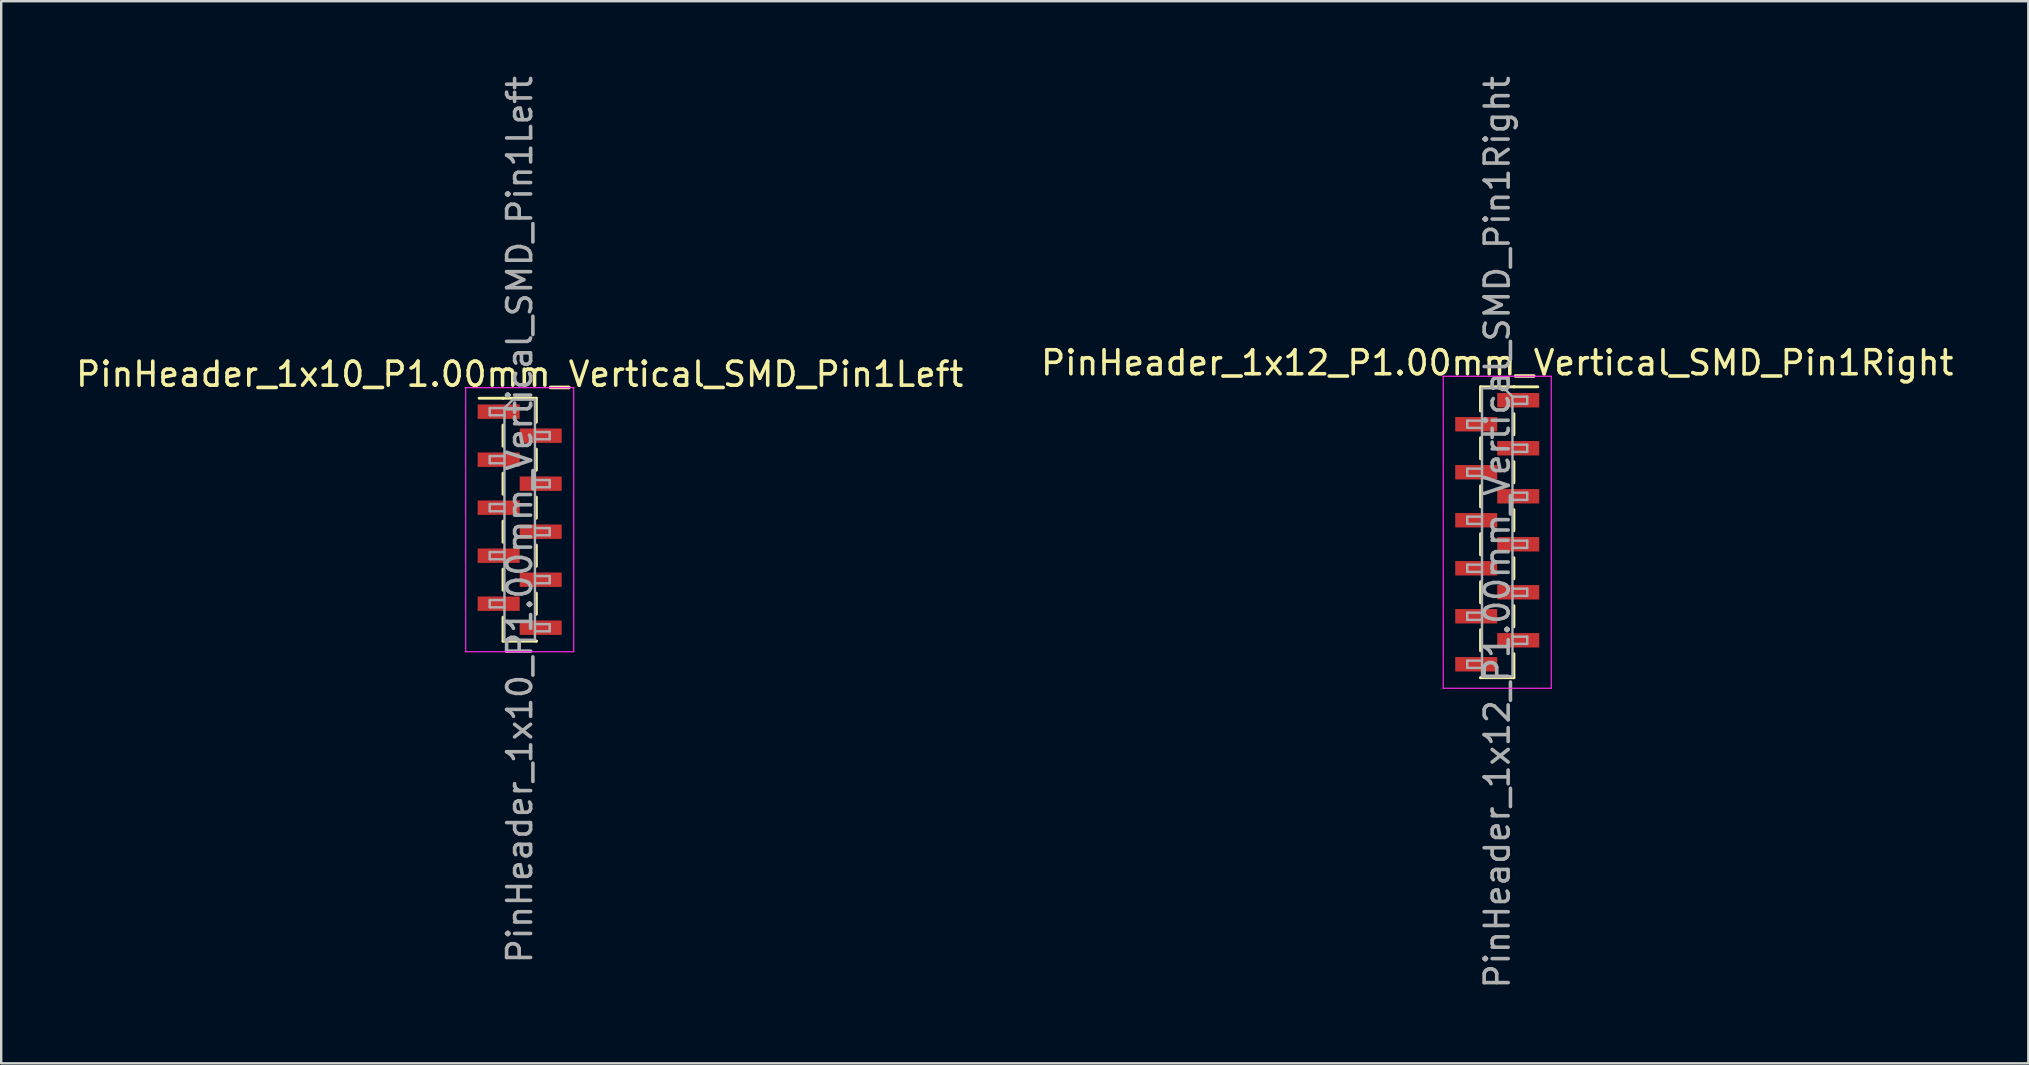
<source format=kicad_pcb>
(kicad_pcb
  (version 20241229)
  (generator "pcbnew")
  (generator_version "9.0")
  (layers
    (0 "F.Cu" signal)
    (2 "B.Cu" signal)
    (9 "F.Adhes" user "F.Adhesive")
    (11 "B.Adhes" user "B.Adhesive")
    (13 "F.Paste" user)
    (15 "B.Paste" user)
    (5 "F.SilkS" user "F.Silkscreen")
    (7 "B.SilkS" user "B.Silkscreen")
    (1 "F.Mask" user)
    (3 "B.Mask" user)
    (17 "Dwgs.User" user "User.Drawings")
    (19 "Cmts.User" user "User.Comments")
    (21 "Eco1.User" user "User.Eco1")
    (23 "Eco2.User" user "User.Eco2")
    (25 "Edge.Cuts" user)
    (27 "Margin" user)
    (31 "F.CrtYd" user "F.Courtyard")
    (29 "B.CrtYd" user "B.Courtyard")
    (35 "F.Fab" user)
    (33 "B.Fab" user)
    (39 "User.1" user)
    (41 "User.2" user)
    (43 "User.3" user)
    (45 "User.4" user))
  (footprint "PinHeader_1x12_P1.00mm_Vertical_SMD_Pin1Right"
    (layer "F.Cu")
    (at 59.327 19.125)
    (property "Reference" "PinHeader_1x12_P1.00mm_Vertical_SMD_Pin1Right" (at 0 -7.06 0) (layer "F.SilkS") (effects (font (size 1 1) (thickness 0.15))))
    (attr smd)
    (fp_line (start -0.695 -6.06) (end -0.695 -5.06) (stroke (width 0.12) (type solid)) (layer "F.SilkS"))
    (fp_line (start -0.695 -6.06) (end 0.695 -6.06) (stroke (width 0.12) (type solid)) (layer "F.SilkS"))
    (fp_line (start -0.695 -5.94) (end -0.695 -5.06) (stroke (width 0.12) (type solid)) (layer "F.SilkS"))
    (fp_line (start -0.695 -3.94) (end -0.695 -3.06) (stroke (width 0.12) (type solid)) (layer "F.SilkS"))
    (fp_line (start -0.695 -1.94) (end -0.695 -1.06) (stroke (width 0.12) (type solid)) (layer "F.SilkS"))
    (fp_line (start -0.695 0.06) (end -0.695 0.94) (stroke (width 0.12) (type solid)) (layer "F.SilkS"))
    (fp_line (start -0.695 2.06) (end -0.695 2.94) (stroke (width 0.12) (type solid)) (layer "F.SilkS"))
    (fp_line (start -0.695 4.06) (end -0.695 4.94) (stroke (width 0.12) (type solid)) (layer "F.SilkS"))
    (fp_line (start -0.695 6.06) (end -0.695 6.06) (stroke (width 0.12) (type solid)) (layer "F.SilkS"))
    (fp_line (start -0.695 6.06) (end 0.695 6.06) (stroke (width 0.12) (type solid)) (layer "F.SilkS"))
    (fp_line (start 0.695 -6.06) (end 0.695 -6.06) (stroke (width 0.12) (type solid)) (layer "F.SilkS"))
    (fp_line (start 0.695 -6.06) (end 1.69 -6.06) (stroke (width 0.12) (type solid)) (layer "F.SilkS"))
    (fp_line (start 0.695 -4.94) (end 0.695 -4.06) (stroke (width 0.12) (type solid)) (layer "F.SilkS"))
    (fp_line (start 0.695 -2.94) (end 0.695 -2.06) (stroke (width 0.12) (type solid)) (layer "F.SilkS"))
    (fp_line (start 0.695 -0.94) (end 0.695 -0.06) (stroke (width 0.12) (type solid)) (layer "F.SilkS"))
    (fp_line (start 0.695 1.06) (end 0.695 1.94) (stroke (width 0.12) (type solid)) (layer "F.SilkS"))
    (fp_line (start 0.695 3.06) (end 0.695 3.94) (stroke (width 0.12) (type solid)) (layer "F.SilkS"))
    (fp_line (start 0.695 5.06) (end 0.695 6.06) (stroke (width 0.12) (type solid)) (layer "F.SilkS"))
    (fp_line (start -2.25 -6.5) (end -2.25 6.5) (stroke (width 0.05) (type solid)) (layer "F.CrtYd"))
    (fp_line (start -2.25 6.5) (end 2.25 6.5) (stroke (width 0.05) (type solid)) (layer "F.CrtYd"))
    (fp_line (start 2.25 -6.5) (end -2.25 -6.5) (stroke (width 0.05) (type solid)) (layer "F.CrtYd"))
    (fp_line (start 2.25 6.5) (end 2.25 -6.5) (stroke (width 0.05) (type solid)) (layer "F.CrtYd"))
    (fp_line (start -1.25 -4.65) (end -1.25 -4.35) (stroke (width 0.1) (type solid)) (layer "F.Fab"))
    (fp_line (start -1.25 -4.35) (end -0.635 -4.35) (stroke (width 0.1) (type solid)) (layer "F.Fab"))
    (fp_line (start -1.25 -2.65) (end -1.25 -2.35) (stroke (width 0.1) (type solid)) (layer "F.Fab"))
    (fp_line (start -1.25 -2.35) (end -0.635 -2.35) (stroke (width 0.1) (type solid)) (layer "F.Fab"))
    (fp_line (start -1.25 -0.65) (end -1.25 -0.35) (stroke (width 0.1) (type solid)) (layer "F.Fab"))
    (fp_line (start -1.25 -0.35) (end -0.635 -0.35) (stroke (width 0.1) (type solid)) (layer "F.Fab"))
    (fp_line (start -1.25 1.35) (end -1.25 1.65) (stroke (width 0.1) (type solid)) (layer "F.Fab"))
    (fp_line (start -1.25 1.65) (end -0.635 1.65) (stroke (width 0.1) (type solid)) (layer "F.Fab"))
    (fp_line (start -1.25 3.35) (end -1.25 3.65) (stroke (width 0.1) (type solid)) (layer "F.Fab"))
    (fp_line (start -1.25 3.65) (end -0.635 3.65) (stroke (width 0.1) (type solid)) (layer "F.Fab"))
    (fp_line (start -1.25 5.35) (end -1.25 5.65) (stroke (width 0.1) (type solid)) (layer "F.Fab"))
    (fp_line (start -1.25 5.65) (end -0.635 5.65) (stroke (width 0.1) (type solid)) (layer "F.Fab"))
    (fp_line (start -0.635 -6) (end -0.635 6) (stroke (width 0.1) (type solid)) (layer "F.Fab"))
    (fp_line (start -0.635 -6) (end 0.285 -6) (stroke (width 0.1) (type solid)) (layer "F.Fab"))
    (fp_line (start -0.635 -4.65) (end -1.25 -4.65) (stroke (width 0.1) (type solid)) (layer "F.Fab"))
    (fp_line (start -0.635 -2.65) (end -1.25 -2.65) (stroke (width 0.1) (type solid)) (layer "F.Fab"))
    (fp_line (start -0.635 -0.65) (end -1.25 -0.65) (stroke (width 0.1) (type solid)) (layer "F.Fab"))
    (fp_line (start -0.635 1.35) (end -1.25 1.35) (stroke (width 0.1) (type solid)) (layer "F.Fab"))
    (fp_line (start -0.635 3.35) (end -1.25 3.35) (stroke (width 0.1) (type solid)) (layer "F.Fab"))
    (fp_line (start -0.635 5.35) (end -1.25 5.35) (stroke (width 0.1) (type solid)) (layer "F.Fab"))
    (fp_line (start 0.635 -5.65) (end 0.285 -6) (stroke (width 0.1) (type solid)) (layer "F.Fab"))
    (fp_line (start 0.635 -5.65) (end 1.25 -5.65) (stroke (width 0.1) (type solid)) (layer "F.Fab"))
    (fp_line (start 0.635 -3.65) (end 1.25 -3.65) (stroke (width 0.1) (type solid)) (layer "F.Fab"))
    (fp_line (start 0.635 -1.65) (end 1.25 -1.65) (stroke (width 0.1) (type solid)) (layer "F.Fab"))
    (fp_line (start 0.635 0.35) (end 1.25 0.35) (stroke (width 0.1) (type solid)) (layer "F.Fab"))
    (fp_line (start 0.635 2.35) (end 1.25 2.35) (stroke (width 0.1) (type solid)) (layer "F.Fab"))
    (fp_line (start 0.635 4.35) (end 1.25 4.35) (stroke (width 0.1) (type solid)) (layer "F.Fab"))
    (fp_line (start 0.635 6) (end -0.635 6) (stroke (width 0.1) (type solid)) (layer "F.Fab"))
    (fp_line (start 0.635 6) (end 0.635 -5.65) (stroke (width 0.1) (type solid)) (layer "F.Fab"))
    (fp_line (start 1.25 -5.65) (end 1.25 -5.35) (stroke (width 0.1) (type solid)) (layer "F.Fab"))
    (fp_line (start 1.25 -5.35) (end 0.635 -5.35) (stroke (width 0.1) (type solid)) (layer "F.Fab"))
    (fp_line (start 1.25 -3.65) (end 1.25 -3.35) (stroke (width 0.1) (type solid)) (layer "F.Fab"))
    (fp_line (start 1.25 -3.35) (end 0.635 -3.35) (stroke (width 0.1) (type solid)) (layer "F.Fab"))
    (fp_line (start 1.25 -1.65) (end 1.25 -1.35) (stroke (width 0.1) (type solid)) (layer "F.Fab"))
    (fp_line (start 1.25 -1.35) (end 0.635 -1.35) (stroke (width 0.1) (type solid)) (layer "F.Fab"))
    (fp_line (start 1.25 0.35) (end 1.25 0.65) (stroke (width 0.1) (type solid)) (layer "F.Fab"))
    (fp_line (start 1.25 0.65) (end 0.635 0.65) (stroke (width 0.1) (type solid)) (layer "F.Fab"))
    (fp_line (start 1.25 2.35) (end 1.25 2.65) (stroke (width 0.1) (type solid)) (layer "F.Fab"))
    (fp_line (start 1.25 2.65) (end 0.635 2.65) (stroke (width 0.1) (type solid)) (layer "F.Fab"))
    (fp_line (start 1.25 4.35) (end 1.25 4.65) (stroke (width 0.1) (type solid)) (layer "F.Fab"))
    (fp_line (start 1.25 4.65) (end 0.635 4.65) (stroke (width 0.1) (type solid)) (layer "F.Fab"))
    (fp_text user "${REFERENCE}" (at 0 0 90) (layer "F.Fab") (effects (font (size 1 1) (thickness 0.15))))
    (pad "1" smd rect (at 0.875 -5.5) (size 1.75 0.6) (layers "F.Cu" "F.Mask" "F.Paste"))
    (pad "2" smd rect (at -0.875 -4.5) (size 1.75 0.6) (layers "F.Cu" "F.Mask" "F.Paste"))
    (pad "3" smd rect (at 0.875 -3.5) (size 1.75 0.6) (layers "F.Cu" "F.Mask" "F.Paste"))
    (pad "4" smd rect (at -0.875 -2.5) (size 1.75 0.6) (layers "F.Cu" "F.Mask" "F.Paste"))
    (pad "5" smd rect (at 0.875 -1.5) (size 1.75 0.6) (layers "F.Cu" "F.Mask" "F.Paste"))
    (pad "6" smd rect (at -0.875 -0.5) (size 1.75 0.6) (layers "F.Cu" "F.Mask" "F.Paste"))
    (pad "7" smd rect (at 0.875 0.5) (size 1.75 0.6) (layers "F.Cu" "F.Mask" "F.Paste"))
    (pad "8" smd rect (at -0.875 1.5) (size 1.75 0.6) (layers "F.Cu" "F.Mask" "F.Paste"))
    (pad "9" smd rect (at 0.875 2.5) (size 1.75 0.6) (layers "F.Cu" "F.Mask" "F.Paste"))
    (pad "10" smd rect (at -0.875 3.5) (size 1.75 0.6) (layers "F.Cu" "F.Mask" "F.Paste"))
    (pad "11" smd rect (at 0.875 4.5) (size 1.75 0.6) (layers "F.Cu" "F.Mask" "F.Paste"))
    (pad "12" smd rect (at -0.875 5.5) (size 1.75 0.6) (layers "F.Cu" "F.Mask" "F.Paste")))
  (footprint "PinHeader_1x10_P1.00mm_Vertical_SMD_Pin1Left"
    (layer "F.Cu")
    (at 18.601 18.601)
    (property "Reference" "PinHeader_1x10_P1.00mm_Vertical_SMD_Pin1Left" (at 0 -6.06 0) (layer "F.SilkS") (effects (font (size 1 1) (thickness 0.15))))
    (attr smd)
    (fp_line (start -0.695 -5.06) (end -1.69 -5.06) (stroke (width 0.12) (type solid)) (layer "F.SilkS"))
    (fp_line (start -0.695 -5.06) (end -0.695 -5.06) (stroke (width 0.12) (type solid)) (layer "F.SilkS"))
    (fp_line (start -0.695 -5.06) (end 0.695 -5.06) (stroke (width 0.12) (type solid)) (layer "F.SilkS"))
    (fp_line (start -0.695 -3.94) (end -0.695 -3.06) (stroke (width 0.12) (type solid)) (layer "F.SilkS"))
    (fp_line (start -0.695 -1.94) (end -0.695 -1.06) (stroke (width 0.12) (type solid)) (layer "F.SilkS"))
    (fp_line (start -0.695 0.06) (end -0.695 0.94) (stroke (width 0.12) (type solid)) (layer "F.SilkS"))
    (fp_line (start -0.695 2.06) (end -0.695 2.94) (stroke (width 0.12) (type solid)) (layer "F.SilkS"))
    (fp_line (start -0.695 4.06) (end -0.695 5.06) (stroke (width 0.12) (type solid)) (layer "F.SilkS"))
    (fp_line (start -0.695 5.06) (end 0.695 5.06) (stroke (width 0.12) (type solid)) (layer "F.SilkS"))
    (fp_line (start 0.695 -5.06) (end 0.695 -4.06) (stroke (width 0.12) (type solid)) (layer "F.SilkS"))
    (fp_line (start 0.695 -2.94) (end 0.695 -2.06) (stroke (width 0.12) (type solid)) (layer "F.SilkS"))
    (fp_line (start 0.695 -0.94) (end 0.695 -0.06) (stroke (width 0.12) (type solid)) (layer "F.SilkS"))
    (fp_line (start 0.695 1.06) (end 0.695 1.94) (stroke (width 0.12) (type solid)) (layer "F.SilkS"))
    (fp_line (start 0.695 3.06) (end 0.695 3.94) (stroke (width 0.12) (type solid)) (layer "F.SilkS"))
    (fp_line (start 0.695 5.06) (end 0.695 5.06) (stroke (width 0.12) (type solid)) (layer "F.SilkS"))
    (fp_line (start -2.25 -5.5) (end -2.25 5.5) (stroke (width 0.05) (type solid)) (layer "F.CrtYd"))
    (fp_line (start -2.25 5.5) (end 2.25 5.5) (stroke (width 0.05) (type solid)) (layer "F.CrtYd"))
    (fp_line (start 2.25 -5.5) (end -2.25 -5.5) (stroke (width 0.05) (type solid)) (layer "F.CrtYd"))
    (fp_line (start 2.25 5.5) (end 2.25 -5.5) (stroke (width 0.05) (type solid)) (layer "F.CrtYd"))
    (fp_line (start -1.25 -4.65) (end -1.25 -4.35) (stroke (width 0.1) (type solid)) (layer "F.Fab"))
    (fp_line (start -1.25 -4.35) (end -0.635 -4.35) (stroke (width 0.1) (type solid)) (layer "F.Fab"))
    (fp_line (start -1.25 -2.65) (end -1.25 -2.35) (stroke (width 0.1) (type solid)) (layer "F.Fab"))
    (fp_line (start -1.25 -2.35) (end -0.635 -2.35) (stroke (width 0.1) (type solid)) (layer "F.Fab"))
    (fp_line (start -1.25 -0.65) (end -1.25 -0.35) (stroke (width 0.1) (type solid)) (layer "F.Fab"))
    (fp_line (start -1.25 -0.35) (end -0.635 -0.35) (stroke (width 0.1) (type solid)) (layer "F.Fab"))
    (fp_line (start -1.25 1.35) (end -1.25 1.65) (stroke (width 0.1) (type solid)) (layer "F.Fab"))
    (fp_line (start -1.25 1.65) (end -0.635 1.65) (stroke (width 0.1) (type solid)) (layer "F.Fab"))
    (fp_line (start -1.25 3.35) (end -1.25 3.65) (stroke (width 0.1) (type solid)) (layer "F.Fab"))
    (fp_line (start -1.25 3.65) (end -0.635 3.65) (stroke (width 0.1) (type solid)) (layer "F.Fab"))
    (fp_line (start -0.635 -4.65) (end -1.25 -4.65) (stroke (width 0.1) (type solid)) (layer "F.Fab"))
    (fp_line (start -0.635 -4.65) (end -0.285 -5) (stroke (width 0.1) (type solid)) (layer "F.Fab"))
    (fp_line (start -0.635 -2.65) (end -1.25 -2.65) (stroke (width 0.1) (type solid)) (layer "F.Fab"))
    (fp_line (start -0.635 -0.65) (end -1.25 -0.65) (stroke (width 0.1) (type solid)) (layer "F.Fab"))
    (fp_line (start -0.635 1.35) (end -1.25 1.35) (stroke (width 0.1) (type solid)) (layer "F.Fab"))
    (fp_line (start -0.635 3.35) (end -1.25 3.35) (stroke (width 0.1) (type solid)) (layer "F.Fab"))
    (fp_line (start -0.635 5) (end -0.635 -4.65) (stroke (width 0.1) (type solid)) (layer "F.Fab"))
    (fp_line (start -0.285 -5) (end 0.635 -5) (stroke (width 0.1) (type solid)) (layer "F.Fab"))
    (fp_line (start 0.635 -5) (end 0.635 5) (stroke (width 0.1) (type solid)) (layer "F.Fab"))
    (fp_line (start 0.635 -3.65) (end 1.25 -3.65) (stroke (width 0.1) (type solid)) (layer "F.Fab"))
    (fp_line (start 0.635 -1.65) (end 1.25 -1.65) (stroke (width 0.1) (type solid)) (layer "F.Fab"))
    (fp_line (start 0.635 0.35) (end 1.25 0.35) (stroke (width 0.1) (type solid)) (layer "F.Fab"))
    (fp_line (start 0.635 2.35) (end 1.25 2.35) (stroke (width 0.1) (type solid)) (layer "F.Fab"))
    (fp_line (start 0.635 4.35) (end 1.25 4.35) (stroke (width 0.1) (type solid)) (layer "F.Fab"))
    (fp_line (start 0.635 5) (end -0.635 5) (stroke (width 0.1) (type solid)) (layer "F.Fab"))
    (fp_line (start 1.25 -3.65) (end 1.25 -3.35) (stroke (width 0.1) (type solid)) (layer "F.Fab"))
    (fp_line (start 1.25 -3.35) (end 0.635 -3.35) (stroke (width 0.1) (type solid)) (layer "F.Fab"))
    (fp_line (start 1.25 -1.65) (end 1.25 -1.35) (stroke (width 0.1) (type solid)) (layer "F.Fab"))
    (fp_line (start 1.25 -1.35) (end 0.635 -1.35) (stroke (width 0.1) (type solid)) (layer "F.Fab"))
    (fp_line (start 1.25 0.35) (end 1.25 0.65) (stroke (width 0.1) (type solid)) (layer "F.Fab"))
    (fp_line (start 1.25 0.65) (end 0.635 0.65) (stroke (width 0.1) (type solid)) (layer "F.Fab"))
    (fp_line (start 1.25 2.35) (end 1.25 2.65) (stroke (width 0.1) (type solid)) (layer "F.Fab"))
    (fp_line (start 1.25 2.65) (end 0.635 2.65) (stroke (width 0.1) (type solid)) (layer "F.Fab"))
    (fp_line (start 1.25 4.35) (end 1.25 4.65) (stroke (width 0.1) (type solid)) (layer "F.Fab"))
    (fp_line (start 1.25 4.65) (end 0.635 4.65) (stroke (width 0.1) (type solid)) (layer "F.Fab"))
    (fp_text user "${REFERENCE}" (at 0 0 90) (layer "F.Fab") (effects (font (size 1 1) (thickness 0.15))))
    (pad "1" smd rect (at -0.875 -4.5) (size 1.75 0.6) (layers "F.Cu" "F.Mask" "F.Paste"))
    (pad "2" smd rect (at 0.875 -3.5) (size 1.75 0.6) (layers "F.Cu" "F.Mask" "F.Paste"))
    (pad "3" smd rect (at -0.875 -2.5) (size 1.75 0.6) (layers "F.Cu" "F.Mask" "F.Paste"))
    (pad "4" smd rect (at 0.875 -1.5) (size 1.75 0.6) (layers "F.Cu" "F.Mask" "F.Paste"))
    (pad "5" smd rect (at -0.875 -0.5) (size 1.75 0.6) (layers "F.Cu" "F.Mask" "F.Paste"))
    (pad "6" smd rect (at 0.875 0.5) (size 1.75 0.6) (layers "F.Cu" "F.Mask" "F.Paste"))
    (pad "7" smd rect (at -0.875 1.5) (size 1.75 0.6) (layers "F.Cu" "F.Mask" "F.Paste"))
    (pad "8" smd rect (at 0.875 2.5) (size 1.75 0.6) (layers "F.Cu" "F.Mask" "F.Paste"))
    (pad "9" smd rect (at -0.875 3.5) (size 1.75 0.6) (layers "F.Cu" "F.Mask" "F.Paste"))
    (pad "10" smd rect (at 0.875 4.5) (size 1.75 0.6) (layers "F.Cu" "F.Mask" "F.Paste")))
  (gr_rect
    (start -3 -3)
    (end 81.452 41.25)
    (stroke (width 0.1) (type default))
    (fill no)
    (layer "Edge.Cuts")))
</source>
